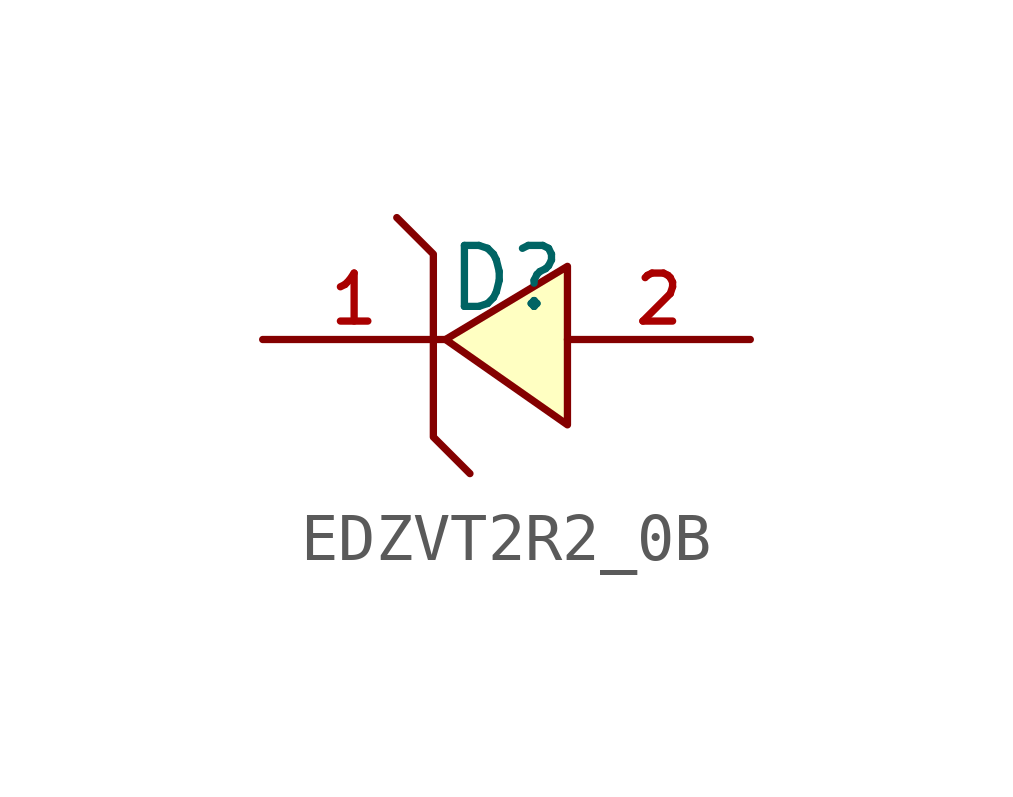
<source format=kicad_sym>
(kicad_symbol_lib
  (version 20210201)
  (generator TousstNicolas/JLC2KiCad_lib)
  (symbol "EDZVT2R2_0B"
    (pin_names hide)
    (property "Reference" "D"
      (at 0 1.27 0)
      (effects (font (size 1.27 1.27))))
    (symbol "EDZVT2R2_0B_0_1"
      (pin unspecified line (at 5.08 -0.0 180) (length 3.81) (name "A" (effects (font (size 1 1)))) (number "2" (effects (font (size 1 1)))))
      (pin unspecified line (at -5.08 -0.0 0) (length 3.81) (name "K" (effects (font (size 1 1)))) (number "1" (effects (font (size 1 1)))))
      (polyline (pts (xy -2.286 2.54) (xy -1.524 1.778) (xy -1.524 1.778) (xy -1.524 -2.032) (xy -1.524 -2.032) (xy -0.762 -2.794)) (stroke (width 0) (type default) (color 0 0 0 0)) (fill (type none)))
      (polyline (pts (xy 1.27 1.524) (xy -1.27 -0.0) (xy 1.27 -1.778) (xy 1.27 1.524)) (stroke (width 0) (type default) (color 0 0 0 0)) (fill (type background))))))
</source>
